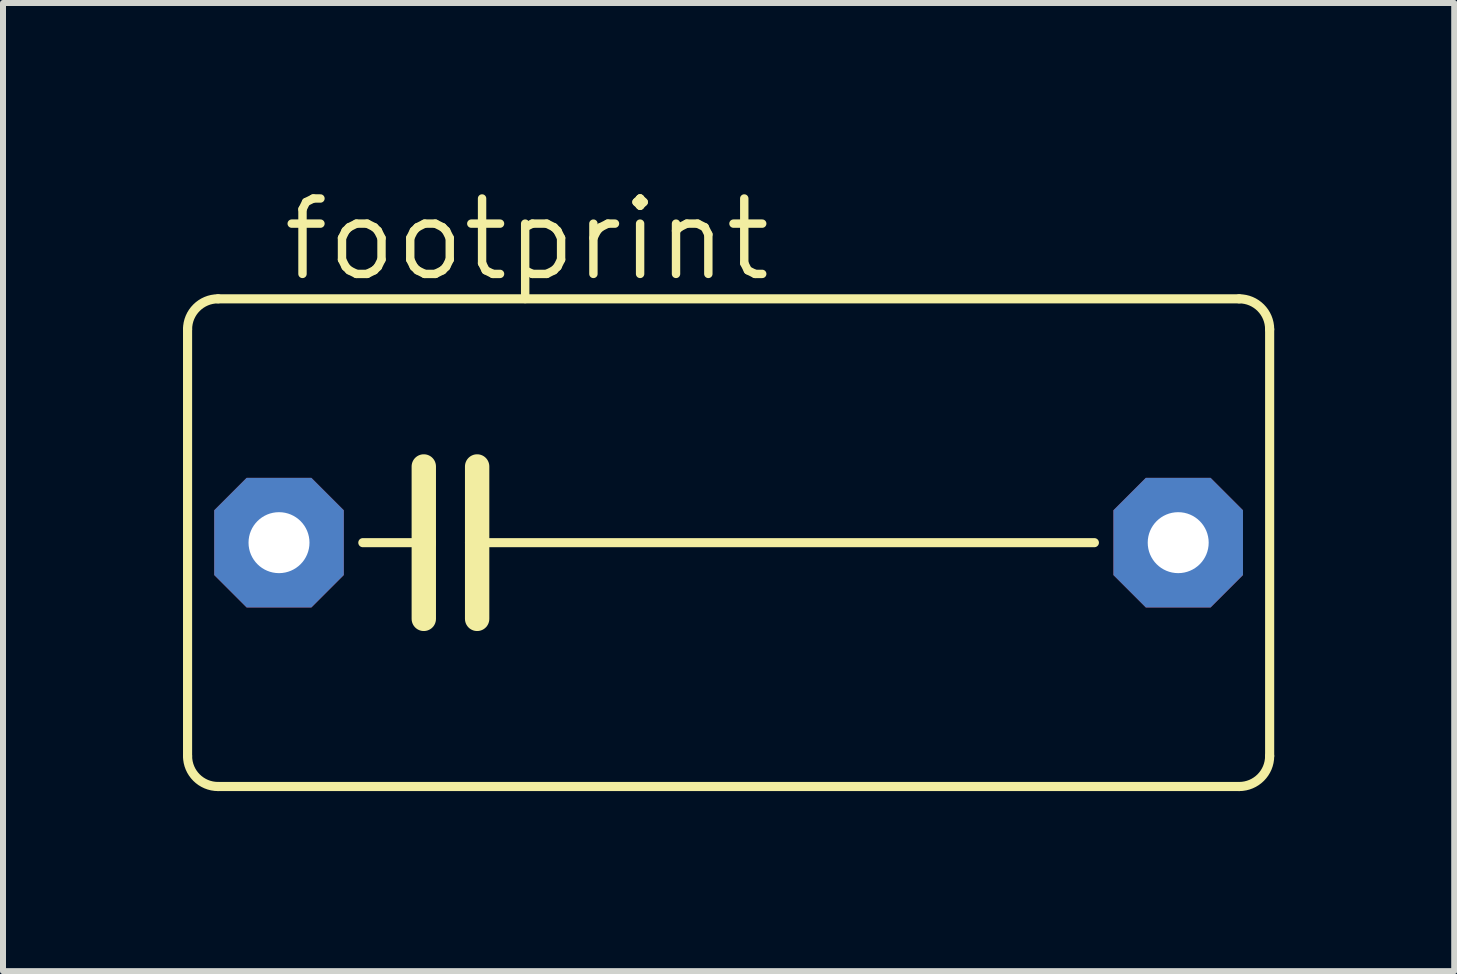
<source format=kicad_pcb>
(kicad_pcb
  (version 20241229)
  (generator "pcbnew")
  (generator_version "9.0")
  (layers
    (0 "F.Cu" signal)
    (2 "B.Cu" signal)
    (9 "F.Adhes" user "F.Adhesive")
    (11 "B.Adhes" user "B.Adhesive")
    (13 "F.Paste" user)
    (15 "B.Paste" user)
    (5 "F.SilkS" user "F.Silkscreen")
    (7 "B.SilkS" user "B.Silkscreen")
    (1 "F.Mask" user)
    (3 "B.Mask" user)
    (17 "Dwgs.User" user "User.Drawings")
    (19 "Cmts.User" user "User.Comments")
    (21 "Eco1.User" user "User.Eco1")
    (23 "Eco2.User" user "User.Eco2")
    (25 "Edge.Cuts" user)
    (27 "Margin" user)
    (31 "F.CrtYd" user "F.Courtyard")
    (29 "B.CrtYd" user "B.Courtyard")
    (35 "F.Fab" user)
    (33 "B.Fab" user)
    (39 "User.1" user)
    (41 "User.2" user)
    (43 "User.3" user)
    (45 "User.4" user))
  (footprint "footprint"
    (layer "F.Cu")
    (at 9.093 5.994)
    (property "Reference" "footprint" (at -7.493 -4.318 0) (layer "F.SilkS") (effects (font (size 1.257 1.257) (thickness 0.14)) (justify left bottom)))
    (fp_line (start -9.017 3.556) (end -9.017 -3.556) (stroke (width 0.152) (type solid)) (layer "F.SilkS"))
    (fp_line (start -8.509 -4.064) (end 8.509 -4.064) (stroke (width 0.152) (type solid)) (layer "F.SilkS"))
    (fp_line (start -5.08 -1.27) (end -5.08 0) (stroke (width 0.406) (type solid)) (layer "F.SilkS"))
    (fp_line (start -5.08 0) (end -6.096 0) (stroke (width 0.152) (type solid)) (layer "F.SilkS"))
    (fp_line (start -5.08 0) (end -5.08 1.27) (stroke (width 0.406) (type solid)) (layer "F.SilkS"))
    (fp_line (start -4.191 -1.27) (end -4.191 0) (stroke (width 0.406) (type solid)) (layer "F.SilkS"))
    (fp_line (start -4.191 0) (end -4.191 1.27) (stroke (width 0.406) (type solid)) (layer "F.SilkS"))
    (fp_line (start -4.191 0) (end 6.096 0) (stroke (width 0.152) (type solid)) (layer "F.SilkS"))
    (fp_line (start 8.509 4.064) (end -8.509 4.064) (stroke (width 0.152) (type solid)) (layer "F.SilkS"))
    (fp_line (start 9.017 -3.556) (end 9.017 3.556) (stroke (width 0.152) (type solid)) (layer "F.SilkS"))
    (fp_arc (start -9.017 -3.556) (mid -8.86821 -3.91521) (end -8.509 -4.064) (stroke (width 0.1524) (type solid)) (layer "F.SilkS"))
    (fp_arc (start -8.509 4.064) (mid -8.86821 3.91521) (end -9.017 3.556) (stroke (width 0.1524) (type solid)) (layer "F.SilkS"))
    (fp_arc (start 8.509 -4.064) (mid 8.86821 -3.91521) (end 9.017 -3.556) (stroke (width 0.1524) (type solid)) (layer "F.SilkS"))
    (fp_arc (start 9.017 3.556) (mid 8.86821 3.91521) (end 8.509 4.064) (stroke (width 0.1524) (type solid)) (layer "F.SilkS"))
    (pad "1" thru_hole roundrect (at -7.493 0) (size 2.159 2.159) (drill 1.016) (layers "*.Cu" "*.Mask") (roundrect_rratio 0.25) (chamfer_ratio 0.25) (chamfer top_left top_right bottom_left bottom_right))
    (pad "2" thru_hole roundrect (at 7.493 0) (size 2.159 2.159) (drill 1.016) (layers "*.Cu" "*.Mask") (roundrect_rratio 0.25) (chamfer_ratio 0.25) (chamfer top_left top_right bottom_left bottom_right)))
  (gr_rect
    (start -3 -3)
    (end 21.186 13.135)
    (stroke (width 0.1) (type default))
    (fill no)
    (layer "Edge.Cuts")))
</source>
